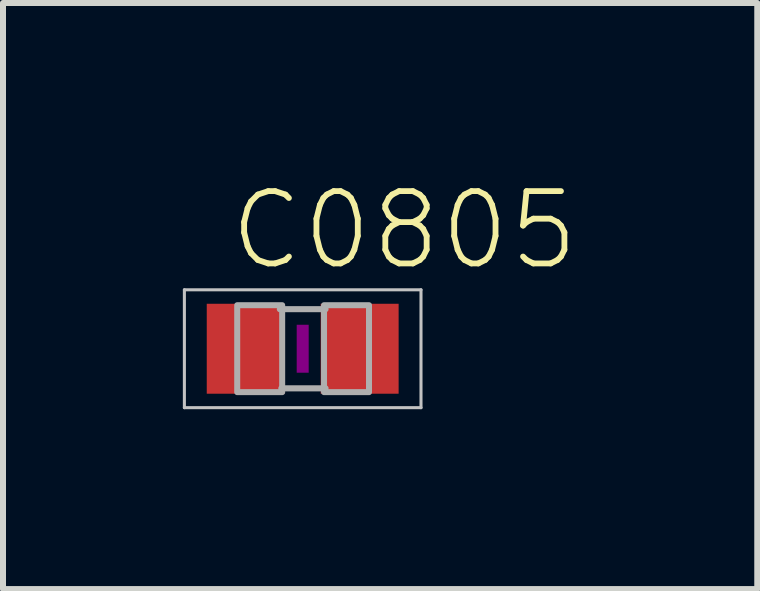
<source format=kicad_pcb>
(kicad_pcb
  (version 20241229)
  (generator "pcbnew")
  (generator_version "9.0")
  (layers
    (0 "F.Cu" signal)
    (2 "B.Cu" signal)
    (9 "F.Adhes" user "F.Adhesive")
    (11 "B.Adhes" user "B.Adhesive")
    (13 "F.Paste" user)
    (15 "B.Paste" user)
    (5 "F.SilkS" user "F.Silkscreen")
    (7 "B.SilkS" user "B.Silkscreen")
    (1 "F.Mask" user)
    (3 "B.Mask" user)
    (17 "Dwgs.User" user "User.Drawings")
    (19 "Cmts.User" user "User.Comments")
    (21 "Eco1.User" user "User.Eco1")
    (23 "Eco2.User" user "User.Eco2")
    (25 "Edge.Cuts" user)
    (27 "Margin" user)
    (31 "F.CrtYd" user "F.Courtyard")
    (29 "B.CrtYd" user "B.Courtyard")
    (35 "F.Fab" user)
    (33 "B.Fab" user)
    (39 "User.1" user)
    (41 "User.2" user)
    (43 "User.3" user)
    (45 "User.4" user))
  (footprint "C0805"
    (layer "F.Cu")
    (at 1.998 2.766)
    (property "Reference" "C0805" (at -1.27 -1.27 180) (layer "F.SilkS") (effects (font (size 1.206 1.206) (thickness 0.097)) (justify left bottom)))
    (attr through_hole)
    (fp_poly (pts (xy -0.1 0.4) (xy 0.1 0.4) (xy 0.1 -0.4) (xy -0.1 -0.4)) (stroke (width 0) (type solid)) (fill yes) (layer "F.Adhes"))
    (fp_line (start -1.973 -0.983) (end 1.973 -0.983) (stroke (width 0.051) (type solid)) (layer "Dwgs.User"))
    (fp_line (start -1.973 0.983) (end -1.973 -0.983) (stroke (width 0.051) (type solid)) (layer "Dwgs.User"))
    (fp_line (start 1.973 -0.983) (end 1.973 0.983) (stroke (width 0.051) (type solid)) (layer "Dwgs.User"))
    (fp_line (start 1.973 0.983) (end -1.973 0.983) (stroke (width 0.051) (type solid)) (layer "Dwgs.User"))
    (fp_line (start -0.381 -0.66) (end 0.381 -0.66) (stroke (width 0.102) (type solid)) (layer "F.Fab"))
    (fp_line (start -0.356 0.66) (end 0.381 0.66) (stroke (width 0.102) (type solid)) (layer "F.Fab"))
    (fp_poly (pts (xy -1.092 0.724) (xy -0.342 0.724) (xy -0.342 -0.726) (xy -1.092 -0.726)) (stroke (width 0.1) (type solid)) (fill no) (layer "F.Fab"))
    (fp_poly (pts (xy 0.356 0.724) (xy 1.106 0.724) (xy 1.106 -0.726) (xy 0.356 -0.726)) (stroke (width 0.1) (type solid)) (fill no) (layer "F.Fab"))
    (pad "1" smd rect (at -0.95 0) (size 1.3 1.5) (layers "F.Cu" "F.Mask" "F.Paste"))
    (pad "2" smd rect (at 0.95 0) (size 1.3 1.5) (layers "F.Cu" "F.Mask" "F.Paste")))
  (gr_rect
    (start -3 -3)
    (end 9.579 6.774)
    (stroke (width 0.1) (type default))
    (fill no)
    (layer "Edge.Cuts")))
</source>
